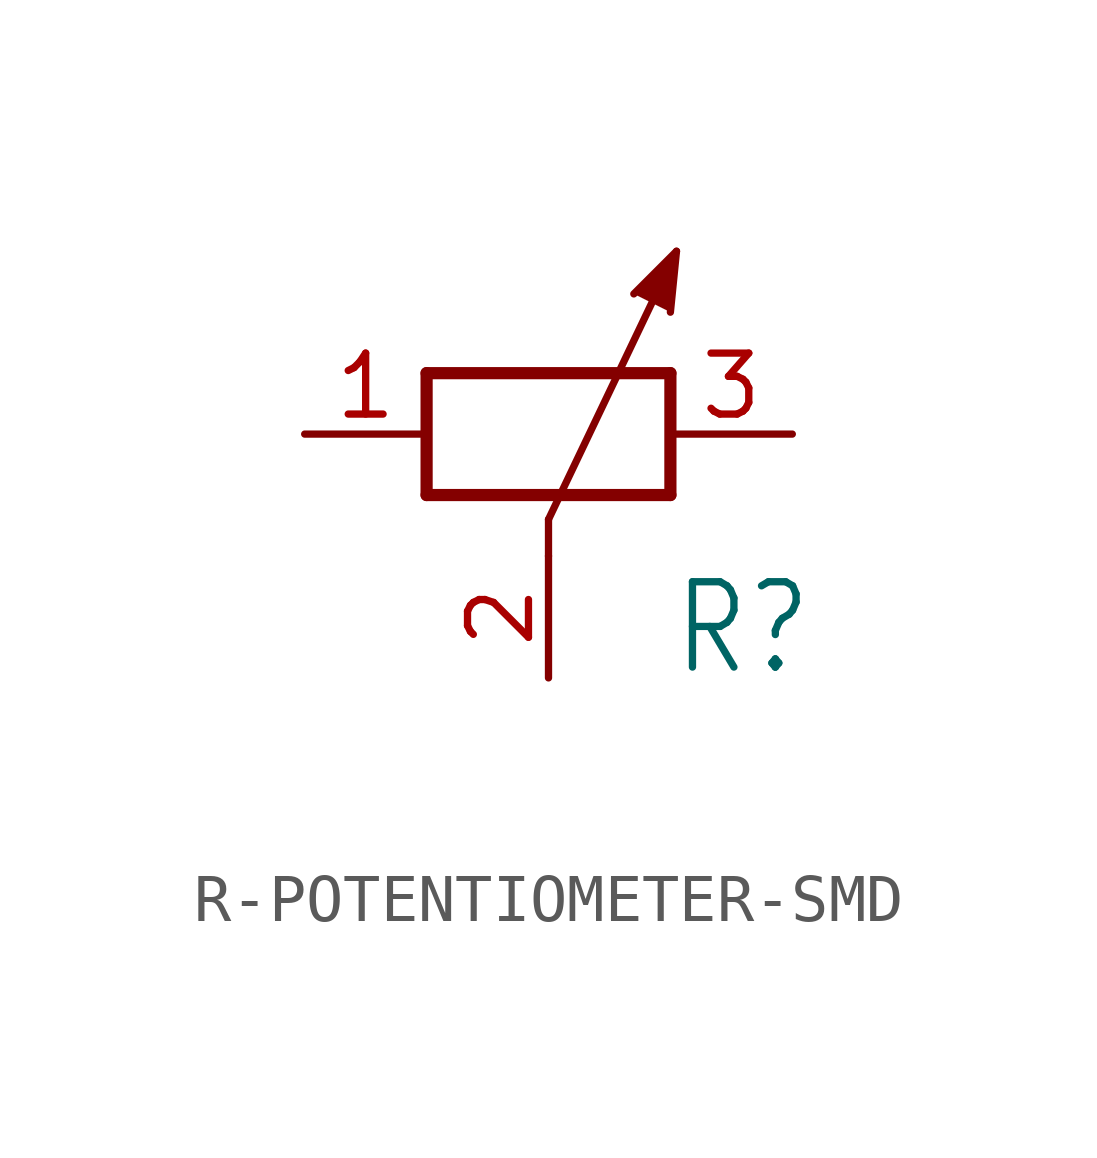
<source format=kicad_sym>
(kicad_symbol_lib
  (version 20220914)
  (generator kicad_symbol_editor)
  (symbol "R-POTENTIOMETER-SMD"
    (property "Reference" "R"
      (at 2.54 -5.08 0)
      (effects (font (size 1.778 1.511)) (justify left bottom)))
    (property "Value" ""
      (at 2.54 -7.62 0)
      (effects (font (size 1.778 1.511)) (justify left bottom)))
    (property "ki_locked" ""
      (at 0 0 0)
      (effects (font (size 1.27 1.27))))
    (symbol "R-POTENTIOMETER-SMD_1_0"
      (polyline (pts (xy -2.54 -1.27) (xy 2.54 -1.27)) (stroke (width 0.254) (type solid)) (fill (type none)))
      (polyline (pts (xy -2.54 1.27) (xy -2.54 -1.27)) (stroke (width 0.254) (type solid)) (fill (type none)))
      (polyline (pts (xy 0 -1.778) (xy 0 -2.54)) (stroke (width 0.152) (type solid)) (fill (type none)))
      (polyline (pts (xy 0 -1.778) (xy 2.667 3.81)) (stroke (width 0.152) (type solid)) (fill (type none)))
      (polyline (pts (xy 2.54 -1.27) (xy 2.54 1.27)) (stroke (width 0.254) (type solid)) (fill (type none)))
      (polyline (pts (xy 2.54 1.27) (xy -2.54 1.27)) (stroke (width 0.254) (type solid)) (fill (type none)))
      (polyline (pts (xy 2.54 2.54) (xy 2.667 3.81) (xy 1.778 2.921)) (stroke (width 0.152) (type solid)) (fill (type outline)))
      (pin passive line (at -5.08 0 0) (length 2.54) (name "1" (effects (font (size 0 0)))) (number "1" (effects (font (size 1.27 1.27)))))
      (pin passive line (at 0 -5.08 90) (length 2.54) (name "3" (effects (font (size 0 0)))) (number "2" (effects (font (size 1.27 1.27)))))
      (pin passive line (at 5.08 0 180) (length 2.54) (name "2" (effects (font (size 0 0)))) (number "3" (effects (font (size 1.27 1.27))))))))
</source>
